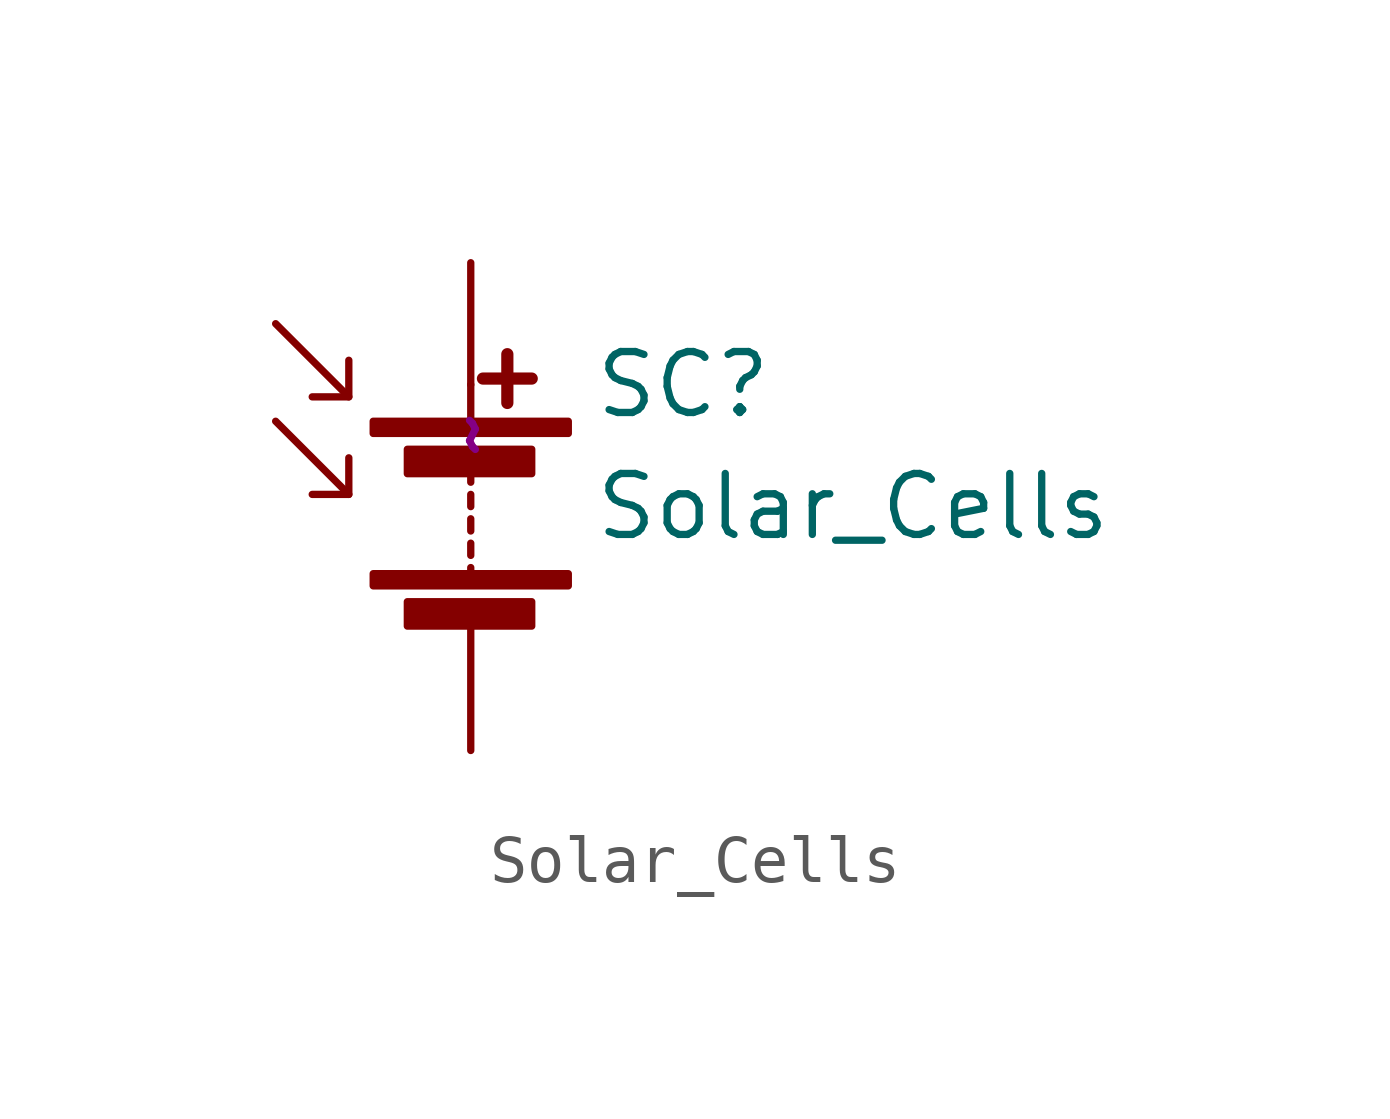
<source format=kicad_sym>
(kicad_symbol_lib
  (version 20211014)
  (generator kicad_symbol_editor)
  (symbol "Solar_Cells"
    (pin_numbers hide)
    (pin_names
      (offset 0) hide)
    (property "Reference" "SC"
      (at 2.54 2.54 0)
      (effects (font (size 1.27 1.27)) (justify left)))
    (property "Value" "Solar_Cells"
      (at 2.54 0 0)
      (effects (font (size 1.27 1.27)) (justify left)))
    (property "Footprint" ""
      (at 0 1.524 90)
      (effects (font (size 1.27 1.27))))
    (property "Datasheet" "~"
      (at 0 1.524 90)
      (effects (font (size 1.27 1.27))))
    (symbol "Solar_Cells_0_1"
      (rectangle (start -2.032 -1.397) (end 2.032 -1.651) (stroke (width 0) (type default) (color 0 0 0 0)) (fill (type outline)))
      (rectangle (start -2.032 1.778) (end 2.032 1.524) (stroke (width 0) (type default) (color 0 0 0 0)) (fill (type outline)))
      (rectangle (start -1.321 -1.981) (end 1.27 -2.489) (stroke (width 0) (type default) (color 0 0 0 0)) (fill (type outline)))
      (rectangle (start -1.321 1.194) (end 1.27 0.686) (stroke (width 0) (type default) (color 0 0 0 0)) (fill (type outline)))
      (polyline (pts (xy -2.54 0.254) (xy -4.064 1.778)) (stroke (width 0) (type default) (color 0 0 0 0)) (fill (type none)))
      (polyline (pts (xy -2.54 2.286) (xy -4.064 3.81)) (stroke (width 0) (type default) (color 0 0 0 0)) (fill (type none)))
      (polyline (pts (xy 0 -1.524) (xy 0 -1.27)) (stroke (width 0) (type default) (color 0 0 0 0)) (fill (type none)))
      (polyline (pts (xy 0 -1.016) (xy 0 -0.762)) (stroke (width 0) (type default) (color 0 0 0 0)) (fill (type none)))
      (polyline (pts (xy 0 -0.508) (xy 0 -0.254)) (stroke (width 0) (type default) (color 0 0 0 0)) (fill (type none)))
      (polyline (pts (xy 0 0) (xy 0 0.254)) (stroke (width 0) (type default) (color 0 0 0 0)) (fill (type none)))
      (polyline (pts (xy 0 0.508) (xy 0 0.762)) (stroke (width 0) (type default) (color 0 0 0 0)) (fill (type none)))
      (polyline (pts (xy 0 1.778) (xy 0 2.54)) (stroke (width 0) (type default) (color 0 0 0 0)) (fill (type none)))
      (polyline (pts (xy 0.254 2.667) (xy 1.27 2.667)) (stroke (width 0.254) (type default) (color 0 0 0 0)) (fill (type none)))
      (polyline (pts (xy 0.762 3.175) (xy 0.762 2.159)) (stroke (width 0.254) (type default) (color 0 0 0 0)) (fill (type none)))
      (polyline (pts (xy -2.54 1.016) (xy -2.54 0.254) (xy -3.302 0.254)) (stroke (width 0) (type default) (color 0 0 0 0)) (fill (type none)))
      (polyline (pts (xy -2.54 3.048) (xy -2.54 2.286) (xy -3.302 2.286)) (stroke (width 0) (type default) (color 0 0 0 0)) (fill (type none))))
    (symbol "Solar_Cells_1_1"
      (pin power_out line (at 0 5.08 270) (length 2.54) (name "+" (effects (font (size 1.27 1.27)))) (number "1" (effects (font (size 1.27 1.27)))))
      (pin passive line (at 0 -5.08 90) (length 2.54) (name "-" (effects (font (size 1.27 1.27)))) (number "2" (effects (font (size 1.27 1.27))))))))
</source>
